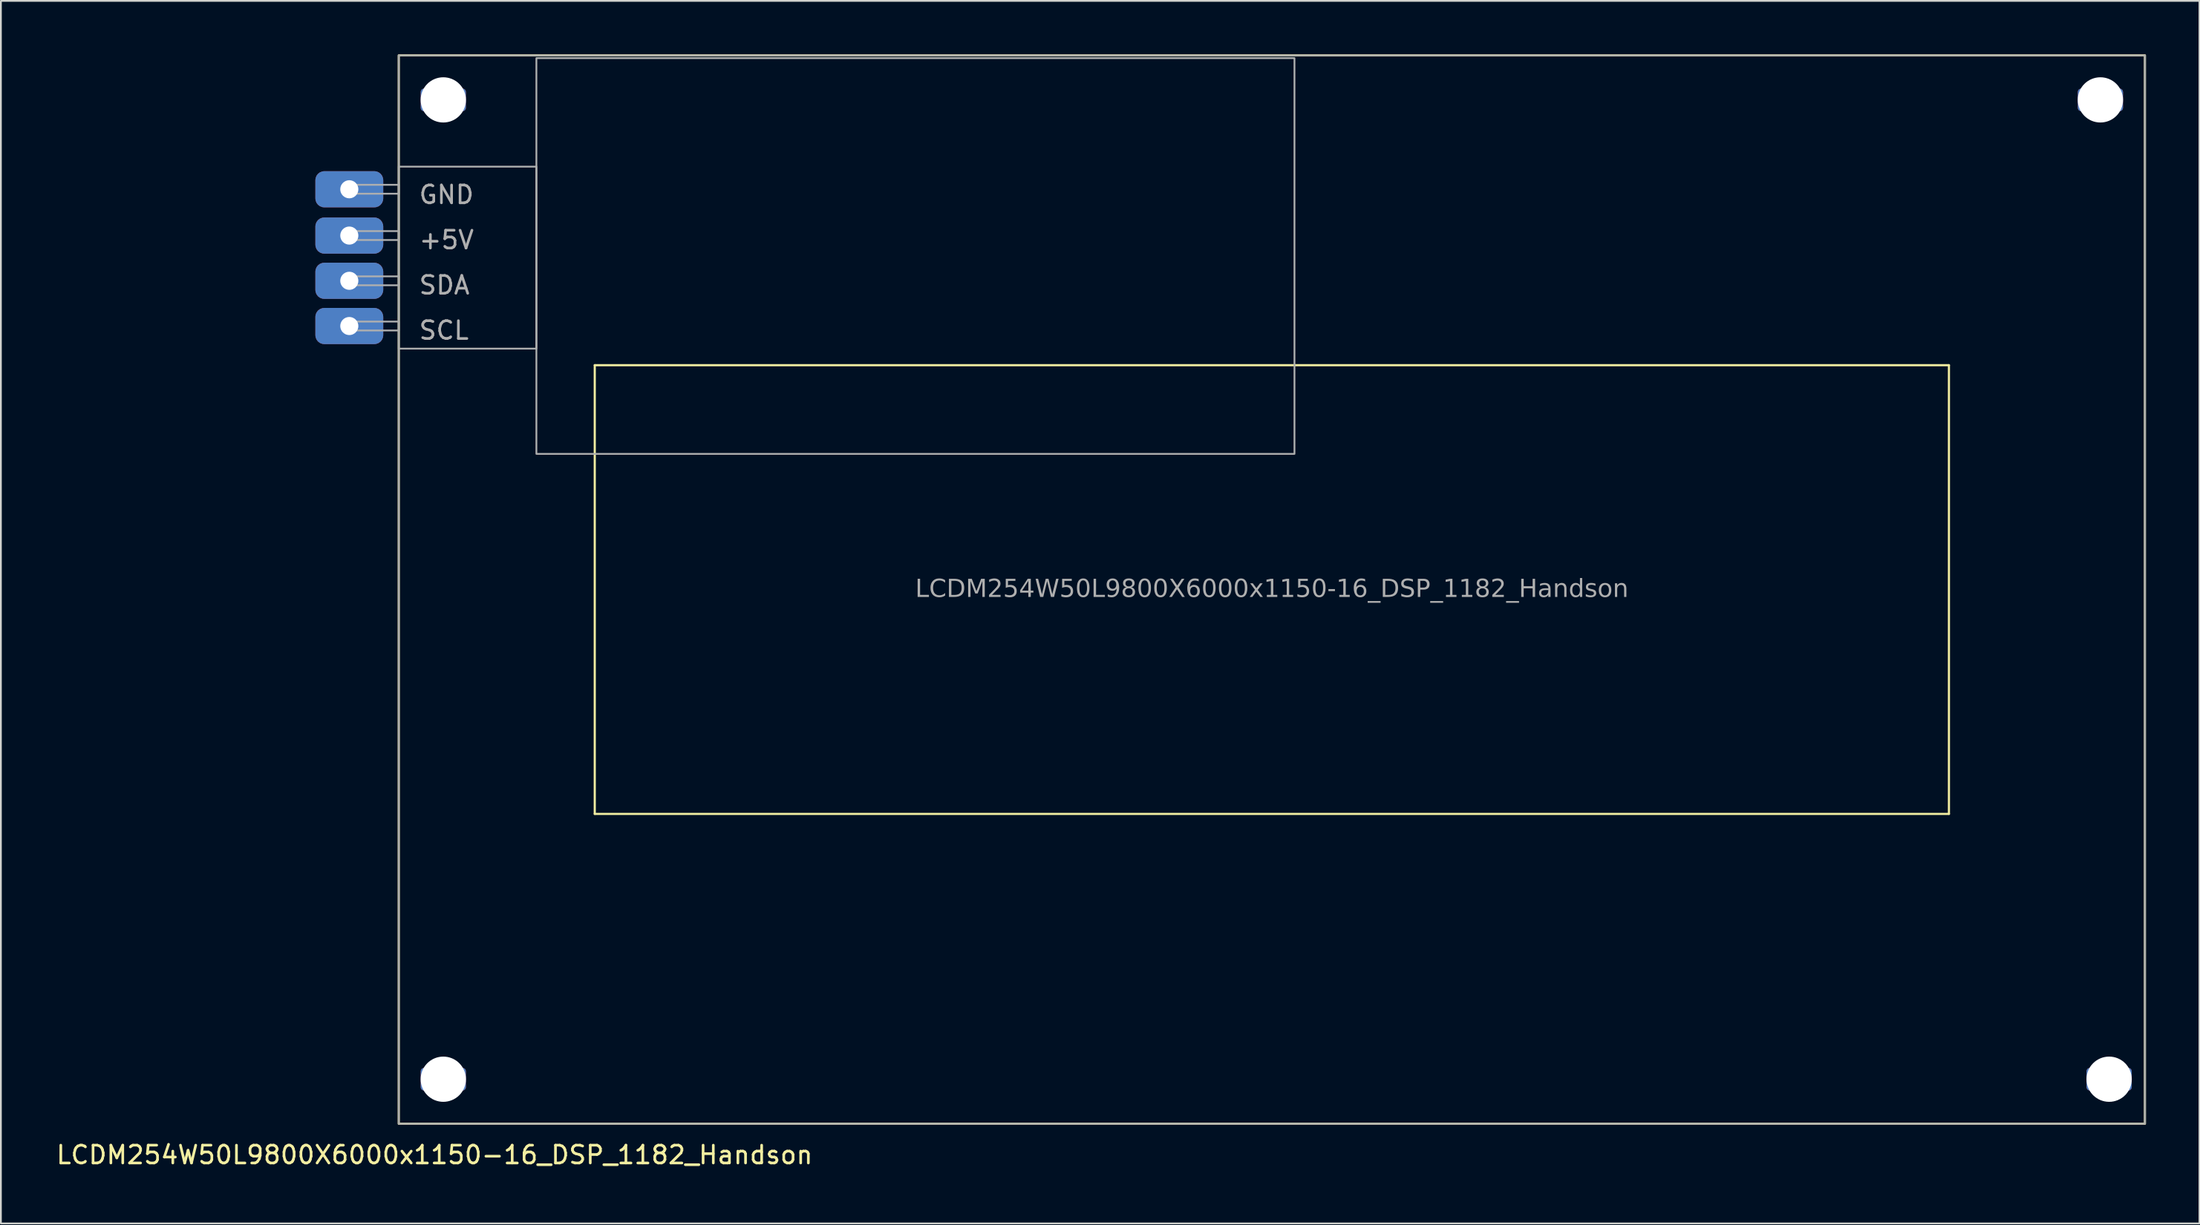
<source format=kicad_pcb>
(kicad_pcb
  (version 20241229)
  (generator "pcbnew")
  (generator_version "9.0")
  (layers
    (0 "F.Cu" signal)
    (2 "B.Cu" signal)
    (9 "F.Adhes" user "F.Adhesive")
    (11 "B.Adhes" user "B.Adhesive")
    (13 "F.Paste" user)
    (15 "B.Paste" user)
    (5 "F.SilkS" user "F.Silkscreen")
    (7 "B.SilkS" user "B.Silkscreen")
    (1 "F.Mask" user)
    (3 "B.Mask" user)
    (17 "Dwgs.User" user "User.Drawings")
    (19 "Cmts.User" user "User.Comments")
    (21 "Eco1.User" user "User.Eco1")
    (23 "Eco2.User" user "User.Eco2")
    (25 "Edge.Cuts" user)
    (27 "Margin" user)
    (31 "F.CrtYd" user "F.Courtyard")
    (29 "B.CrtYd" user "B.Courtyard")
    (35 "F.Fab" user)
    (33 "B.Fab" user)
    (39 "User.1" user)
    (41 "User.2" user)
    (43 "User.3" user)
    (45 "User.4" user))
  (footprint "LCDM254W50L9800X6000x1150-16_DSP_1182_Handson"
    (layer "F.Cu")
    (at 68.329 30.06)
    (property "Reference" "LCDM254W50L9800X6000x1150-16_DSP_1182_Handson" (at -46.99 31.75 0) (layer "F.SilkS") (effects (font (size 1 1) (thickness 0.15))))
    (attr through_hole allow_missing_courtyard)
    (fp_line (start -38 -12.6) (end -38 12.6) (stroke (width 0.12) (type default)) (layer "F.SilkS"))
    (fp_line (start -38 12.6) (end 38 12.6) (stroke (width 0.12) (type default)) (layer "F.SilkS"))
    (fp_line (start 38 -12.6) (end -38 -12.6) (stroke (width 0.12) (type default)) (layer "F.SilkS"))
    (fp_line (start 38 12.6) (end 38 -12.6) (stroke (width 0.12) (type default)) (layer "F.SilkS"))
    (fp_rect (start -49 -30) (end 49 30) (stroke (width 0.12) (type default)) (fill no) (layer "F.SilkS"))
    (fp_rect (start -51.775 -22.73) (end -49 -22.23) (stroke (width 0.1) (type default)) (fill no) (layer "F.Fab"))
    (fp_rect (start -51.775 -20.13) (end -49 -19.63) (stroke (width 0.1) (type default)) (fill no) (layer "F.Fab"))
    (fp_rect (start -51.775 -17.59) (end -49 -17.09) (stroke (width 0.1) (type default)) (fill no) (layer "F.Fab"))
    (fp_rect (start -51.775 -15.05) (end -49 -14.55) (stroke (width 0.1) (type default)) (fill no) (layer "F.Fab"))
    (fp_rect (start -49 -23.75) (end -41.275 -13.53) (stroke (width 0.1) (type default)) (fill no) (layer "F.Fab"))
    (fp_rect (start -49 30) (end 49 -30) (stroke (width 0.1) (type default)) (fill no) (layer "F.Fab"))
    (fp_rect (start -41.275 -29.845) (end 1.27 -7.62) (stroke (width 0.1) (type default)) (fill no) (layer "F.Fab"))
    (fp_text user "+5V" (at -47.943 -19.05 0) (unlocked yes) (layer "F.Fab") (effects (font (size 1 1) (thickness 0.15)) (justify left bottom)))
    (fp_text user "SDA" (at -47.943 -16.51 0) (unlocked yes) (layer "F.Fab") (effects (font (size 1 1) (thickness 0.15)) (justify left bottom)))
    (fp_text user "${REFERENCE}" (at 0 0 0) (layer "F.Fab") (effects (font (face "Tahoma") (size 1 1) (thickness 0.15))))
    (fp_text user "GND" (at -47.943 -21.59 0) (unlocked yes) (layer "F.Fab") (effects (font (size 1 1) (thickness 0.15)) (justify left bottom)))
    (fp_text user "SCL" (at -47.943 -13.97 0) (unlocked yes) (layer "F.Fab") (effects (font (size 1 1) (thickness 0.15)) (justify left bottom)))
    (pad "" np_thru_hole roundrect (at -46.5 -27.5) (size 2.54 1.27) (drill 3.2) (layers "*.Cu" "*.Mask") (roundrect_rratio 0.15))
    (pad "" np_thru_hole roundrect (at -46.5 27.5) (size 2.54 1.27) (drill 3.2) (layers "*.Cu" "*.Mask") (roundrect_rratio 0.15))
    (pad "" np_thru_hole roundrect (at 46.5 -27.5) (size 2.54 1.27) (drill 3.2) (layers "*.Cu" "*.Mask") (roundrect_rratio 0.15))
    (pad "" np_thru_hole roundrect (at 46.99 27.5) (size 2.54 1.27) (drill 3.2) (layers "*.Cu" "*.Mask") (roundrect_rratio 0.15))
    (pad "1" thru_hole roundrect (at -51.775 -22.48) (size 3.81 2.032) (drill 1.016) (layers "*.Cu" "*.Mask") (roundrect_rratio 0.246))
    (pad "2" thru_hole roundrect (at -51.775 -19.88) (size 3.81 2.032) (drill 1.016) (layers "*.Cu" "*.Mask") (roundrect_rratio 0.246))
    (pad "3" thru_hole roundrect (at -51.775 -17.34) (size 3.81 2.032) (drill 1.016) (layers "*.Cu" "*.Mask") (roundrect_rratio 0.246))
    (pad "4" thru_hole roundrect (at -51.775 -14.8) (size 3.81 2.032) (drill 1.016) (layers "*.Cu" "*.Mask") (roundrect_rratio 0.246)))
  (gr_rect
    (start -3 -3)
    (end 120.389 65.658)
    (stroke (width 0.1) (type default))
    (fill no)
    (layer "Edge.Cuts")))
</source>
